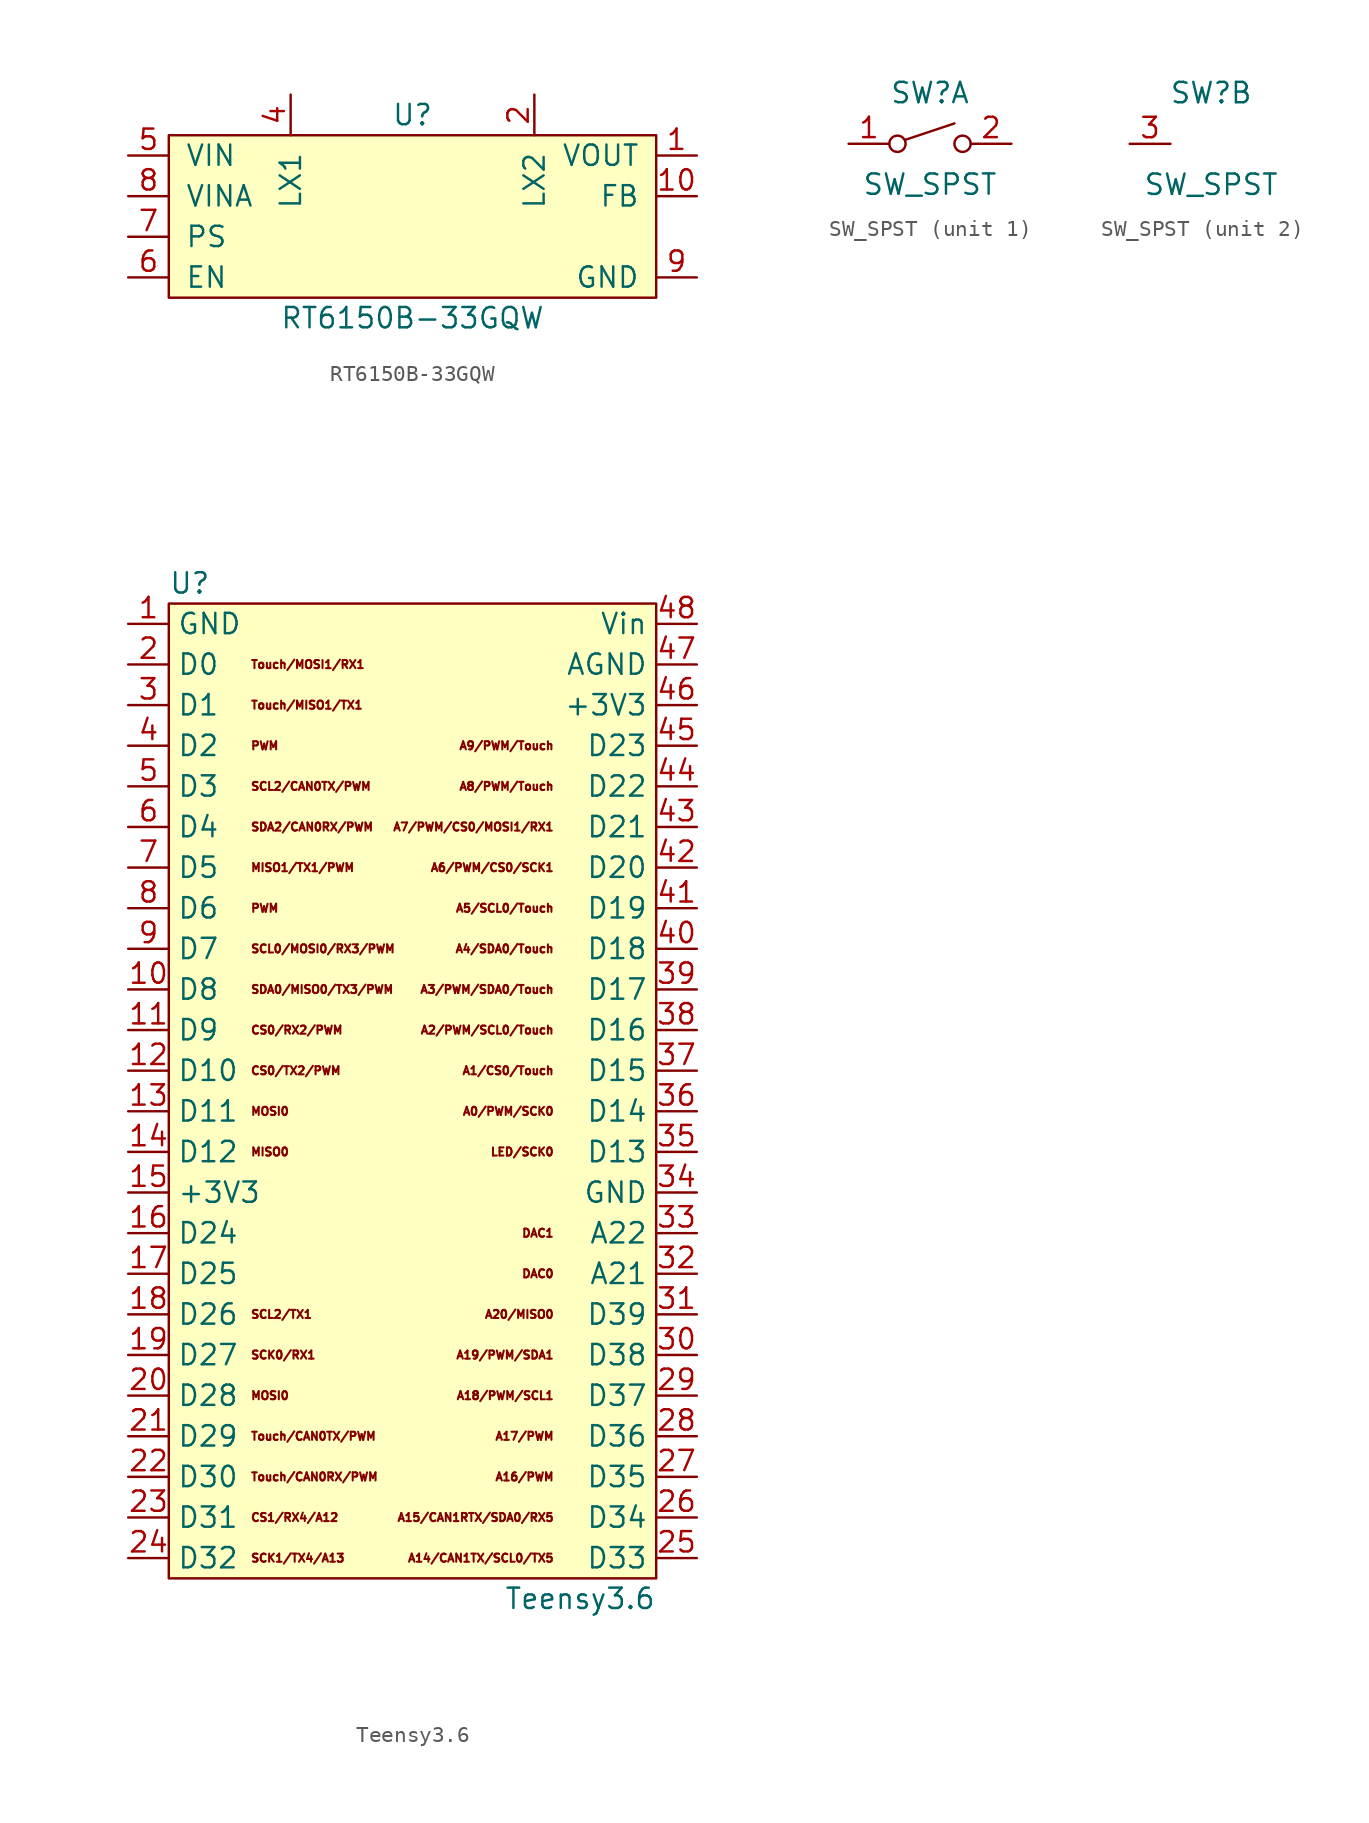
<source format=kicad_sym>
(kicad_symbol_lib
  (version 20211014)
  (generator kicad_symbol_editor)
  (symbol "RT6150B-33GQW"
    (pin_names
      (offset 1.016))
    (property "Reference" "U"
      (at 0 7.62 0)
      (effects (font (size 1.27 1.27))))
    (property "Value" "RT6150B-33GQW"
      (at 0 -5.08 0)
      (effects (font (size 1.27 1.27))))
    (symbol "RT6150B-33GQW_0_1"
      (rectangle (start -15.24 6.35) (end 15.24 -3.81) (stroke (width 0) (type default) (color 0 0 0 0)) (fill (type background))))
    (symbol "RT6150B-33GQW_1_1"
      (pin power_out line (at 17.78 5.08 180) (length 2.54) (name "VOUT" (effects (font (size 1.27 1.27)))) (number "1" (effects (font (size 1.27 1.27)))))
      (pin input line (at 17.78 2.54 180) (length 2.54) (name "FB" (effects (font (size 1.27 1.27)))) (number "10" (effects (font (size 1.27 1.27)))))
      (pin passive line (at 17.78 -2.54 180) (length 2.54) hide (name "GND_PAD" (effects (font (size 1.27 1.27)))) (number "11" (effects (font (size 1.27 1.27)))))
      (pin passive line (at 7.62 8.89 270) (length 2.54) (name "LX2" (effects (font (size 1.27 1.27)))) (number "2" (effects (font (size 1.27 1.27)))))
      (pin passive line (at 17.78 -2.54 180) (length 2.54) hide (name "GND" (effects (font (size 1.27 1.27)))) (number "3" (effects (font (size 1.27 1.27)))))
      (pin passive line (at -7.62 8.89 270) (length 2.54) (name "LX1" (effects (font (size 1.27 1.27)))) (number "4" (effects (font (size 1.27 1.27)))))
      (pin power_in line (at -17.78 5.08 0) (length 2.54) (name "VIN" (effects (font (size 1.27 1.27)))) (number "5" (effects (font (size 1.27 1.27)))))
      (pin input line (at -17.78 -2.54 0) (length 2.54) (name "EN" (effects (font (size 1.27 1.27)))) (number "6" (effects (font (size 1.27 1.27)))))
      (pin input line (at -17.78 0 0) (length 2.54) (name "PS" (effects (font (size 1.27 1.27)))) (number "7" (effects (font (size 1.27 1.27)))))
      (pin power_in line (at -17.78 2.54 0) (length 2.54) (name "VINA" (effects (font (size 1.27 1.27)))) (number "8" (effects (font (size 1.27 1.27)))))
      (pin passive line (at 17.78 -2.54 180) (length 2.54) (name "GND" (effects (font (size 1.27 1.27)))) (number "9" (effects (font (size 1.27 1.27)))))))
  (symbol "SW_SPST"
    (pin_names
      (offset 0) hide)
    (property "Reference" "SW"
      (at 0 3.175 0)
      (effects (font (size 1.27 1.27))))
    (property "Value" "SW_SPST"
      (at 0 -2.54 0)
      (effects (font (size 1.27 1.27))))
    (property "ki_locked" ""
      (at 0 0 0)
      (effects (font (size 1.27 1.27))))
    (symbol "SW_SPST_1_0"
      (circle (center -2.032 0) (radius 0.508) (stroke (width 0) (type default) (color 0 0 0 0)) (fill (type none))))
    (symbol "SW_SPST_1_1"
      (polyline (pts (xy 1.524 1.27) (xy -1.524 0.254)) (stroke (width 0) (type default) (color 0 0 0 0)) (fill (type none)))
      (circle (center 2.032 0) (radius 0.508) (stroke (width 0) (type default) (color 0 0 0 0)) (fill (type none)))
      (pin input line (at -5.08 0 0) (length 2.54) (name "A" (effects (font (size 1.27 1.27)))) (number "1" (effects (font (size 1.27 1.27)))))
      (pin input line (at 5.08 0 180) (length 2.54) (name "B" (effects (font (size 1.27 1.27)))) (number "2" (effects (font (size 1.27 1.27))))))
    (symbol "SW_SPST_2_1"
      (pin input line (at -5.08 0 0) (length 2.54) (name "A" (effects (font (size 1.27 1.27)))) (number "3" (effects (font (size 1.27 1.27)))))))
  (symbol "Teensy3.6"
    (property "Reference" "U"
      (at -15.24 33.02 0)
      (effects (font (size 1.27 1.27)) (justify left)))
    (property "Value" "Teensy3.6"
      (at 15.24 -30.48 0)
      (effects (font (size 1.27 1.27)) (justify right)))
    (symbol "Teensy3.6_0_0"
      (rectangle (start -15.24 31.75) (end 15.24 -29.21) (stroke (width 0) (type default) (color 0 0 0 0)) (fill (type background)))
      (text "A0/PWM/SCK0" (at 8.89 0 0) (effects (font (size 0.508 0.508)) (justify right)))
      (text "A1/CS0/Touch" (at 8.89 2.54 0) (effects (font (size 0.508 0.508)) (justify right)))
      (text "A14/CAN1TX/SCL0/TX5" (at 8.89 -27.94 0) (effects (font (size 0.508 0.508)) (justify right)))
      (text "A15/CAN1RTX/SDA0/RX5" (at 8.89 -25.4 0) (effects (font (size 0.508 0.508)) (justify right)))
      (text "A16/PWM" (at 8.89 -22.86 0) (effects (font (size 0.508 0.508)) (justify right)))
      (text "A17/PWM" (at 8.89 -20.32 0) (effects (font (size 0.508 0.508)) (justify right)))
      (text "A18/PWM/SCL1" (at 8.89 -17.78 0) (effects (font (size 0.508 0.508)) (justify right)))
      (text "A19/PWM/SDA1" (at 8.89 -15.24 0) (effects (font (size 0.508 0.508)) (justify right)))
      (text "A2/PWM/SCL0/Touch" (at 8.89 5.08 0) (effects (font (size 0.508 0.508)) (justify right)))
      (text "A20/MISO0" (at 8.89 -12.7 0) (effects (font (size 0.508 0.508)) (justify right)))
      (text "A3/PWM/SDA0/Touch" (at 8.89 7.62 0) (effects (font (size 0.508 0.508)) (justify right)))
      (text "A4/SDA0/Touch" (at 8.89 10.16 0) (effects (font (size 0.508 0.508)) (justify right)))
      (text "A5/SCL0/Touch" (at 8.89 12.7 0) (effects (font (size 0.508 0.508)) (justify right)))
      (text "A6/PWM/CS0/SCK1" (at 8.89 15.24 0) (effects (font (size 0.508 0.508)) (justify right)))
      (text "A7/PWM/CS0/MOSI1/RX1" (at 3.81 17.78 0) (effects (font (size 0.508 0.508))))
      (text "A8/PWM/Touch" (at 8.89 20.32 0) (effects (font (size 0.508 0.508)) (justify right)))
      (text "A9/PWM/Touch" (at 8.89 22.86 0) (effects (font (size 0.508 0.508)) (justify right)))
      (text "CS0/RX2/PWM" (at -10.16 5.08 0) (effects (font (size 0.508 0.508)) (justify left)))
      (text "CS0/TX2/PWM" (at -10.16 2.54 0) (effects (font (size 0.508 0.508)) (justify left)))
      (text "CS1/RX4/A12" (at -10.16 -25.4 0) (effects (font (size 0.508 0.508)) (justify left)))
      (text "DAC0" (at 8.89 -10.16 0) (effects (font (size 0.508 0.508)) (justify right)))
      (text "DAC1" (at 8.89 -7.62 0) (effects (font (size 0.508 0.508)) (justify right)))
      (text "LED/SCK0" (at 8.89 -2.54 0) (effects (font (size 0.508 0.508)) (justify right)))
      (text "MISO0" (at -10.16 -2.54 0) (effects (font (size 0.508 0.508)) (justify left)))
      (text "MISO1/TX1/PWM" (at -10.16 15.24 0) (effects (font (size 0.508 0.508)) (justify left)))
      (text "MOSI0" (at -10.16 -17.78 0) (effects (font (size 0.508 0.508)) (justify left)))
      (text "MOSI0" (at -10.16 0 0) (effects (font (size 0.508 0.508)) (justify left)))
      (text "PWM" (at -10.16 12.7 0) (effects (font (size 0.508 0.508)) (justify left)))
      (text "PWM" (at -10.16 22.86 0) (effects (font (size 0.508 0.508)) (justify left)))
      (text "SCK0/RX1" (at -10.16 -15.24 0) (effects (font (size 0.508 0.508)) (justify left)))
      (text "SCK1/TX4/A13" (at -10.16 -27.94 0) (effects (font (size 0.508 0.508)) (justify left)))
      (text "SCL0/MOSI0/RX3/PWM" (at -10.16 10.16 0) (effects (font (size 0.508 0.508)) (justify left)))
      (text "SCL2/CAN0TX/PWM" (at -10.16 20.32 0) (effects (font (size 0.508 0.508)) (justify left)))
      (text "SCL2/TX1" (at -10.16 -12.7 0) (effects (font (size 0.508 0.508)) (justify left)))
      (text "SDA0/MISO0/TX3/PWM" (at -10.16 7.62 0) (effects (font (size 0.508 0.508)) (justify left)))
      (text "SDA2/CAN0RX/PWM" (at -10.16 17.78 0) (effects (font (size 0.508 0.508)) (justify left)))
      (text "Touch/CAN0RX/PWM" (at -10.16 -22.86 0) (effects (font (size 0.508 0.508)) (justify left)))
      (text "Touch/CAN0TX/PWM" (at -10.16 -20.32 0) (effects (font (size 0.508 0.508)) (justify left)))
      (text "Touch/MISO1/TX1" (at -10.16 25.4 0) (effects (font (size 0.508 0.508)) (justify left)))
      (text "Touch/MOSI1/RX1" (at -10.16 27.94 0) (effects (font (size 0.508 0.508)) (justify left))))
    (symbol "Teensy3.6_1_1"
      (pin passive line (at -17.78 30.48 0) (length 2.54) (name "GND" (effects (font (size 1.27 1.27)))) (number "1" (effects (font (size 1.27 1.27)))))
      (pin bidirectional line (at -17.78 7.62 0) (length 2.54) (name "D8" (effects (font (size 1.27 1.27)))) (number "10" (effects (font (size 1.27 1.27)))))
      (pin bidirectional line (at -17.78 5.08 0) (length 2.54) (name "D9" (effects (font (size 1.27 1.27)))) (number "11" (effects (font (size 1.27 1.27)))))
      (pin bidirectional line (at -17.78 2.54 0) (length 2.54) (name "D10" (effects (font (size 1.27 1.27)))) (number "12" (effects (font (size 1.27 1.27)))))
      (pin bidirectional line (at -17.78 0 0) (length 2.54) (name "D11" (effects (font (size 1.27 1.27)))) (number "13" (effects (font (size 1.27 1.27)))))
      (pin bidirectional line (at -17.78 -2.54 0) (length 2.54) (name "D12" (effects (font (size 1.27 1.27)))) (number "14" (effects (font (size 1.27 1.27)))))
      (pin power_out line (at -17.78 -5.08 0) (length 2.54) (name "+3V3" (effects (font (size 1.27 1.27)))) (number "15" (effects (font (size 1.27 1.27)))))
      (pin bidirectional line (at -17.78 -7.62 0) (length 2.54) (name "D24" (effects (font (size 1.27 1.27)))) (number "16" (effects (font (size 1.27 1.27)))))
      (pin bidirectional line (at -17.78 -10.16 0) (length 2.54) (name "D25" (effects (font (size 1.27 1.27)))) (number "17" (effects (font (size 1.27 1.27)))))
      (pin bidirectional line (at -17.78 -12.7 0) (length 2.54) (name "D26" (effects (font (size 1.27 1.27)))) (number "18" (effects (font (size 1.27 1.27)))))
      (pin bidirectional line (at -17.78 -15.24 0) (length 2.54) (name "D27" (effects (font (size 1.27 1.27)))) (number "19" (effects (font (size 1.27 1.27)))))
      (pin bidirectional line (at -17.78 27.94 0) (length 2.54) (name "D0" (effects (font (size 1.27 1.27)))) (number "2" (effects (font (size 1.27 1.27)))))
      (pin bidirectional line (at -17.78 -17.78 0) (length 2.54) (name "D28" (effects (font (size 1.27 1.27)))) (number "20" (effects (font (size 1.27 1.27)))))
      (pin bidirectional line (at -17.78 -20.32 0) (length 2.54) (name "D29" (effects (font (size 1.27 1.27)))) (number "21" (effects (font (size 1.27 1.27)))))
      (pin bidirectional line (at -17.78 -22.86 0) (length 2.54) (name "D30" (effects (font (size 1.27 1.27)))) (number "22" (effects (font (size 1.27 1.27)))))
      (pin bidirectional line (at -17.78 -25.4 0) (length 2.54) (name "D31" (effects (font (size 1.27 1.27)))) (number "23" (effects (font (size 1.27 1.27)))))
      (pin bidirectional line (at -17.78 -27.94 0) (length 2.54) (name "D32" (effects (font (size 1.27 1.27)))) (number "24" (effects (font (size 1.27 1.27)))))
      (pin bidirectional line (at 17.78 -27.94 180) (length 2.54) (name "D33" (effects (font (size 1.27 1.27)))) (number "25" (effects (font (size 1.27 1.27)))))
      (pin bidirectional line (at 17.78 -25.4 180) (length 2.54) (name "D34" (effects (font (size 1.27 1.27)))) (number "26" (effects (font (size 1.27 1.27)))))
      (pin bidirectional line (at 17.78 -22.86 180) (length 2.54) (name "D35" (effects (font (size 1.27 1.27)))) (number "27" (effects (font (size 1.27 1.27)))))
      (pin bidirectional line (at 17.78 -20.32 180) (length 2.54) (name "D36" (effects (font (size 1.27 1.27)))) (number "28" (effects (font (size 1.27 1.27)))))
      (pin bidirectional line (at 17.78 -17.78 180) (length 2.54) (name "D37" (effects (font (size 1.27 1.27)))) (number "29" (effects (font (size 1.27 1.27)))))
      (pin bidirectional line (at -17.78 25.4 0) (length 2.54) (name "D1" (effects (font (size 1.27 1.27)))) (number "3" (effects (font (size 1.27 1.27)))))
      (pin bidirectional line (at 17.78 -15.24 180) (length 2.54) (name "D38" (effects (font (size 1.27 1.27)))) (number "30" (effects (font (size 1.27 1.27)))))
      (pin bidirectional line (at 17.78 -12.7 180) (length 2.54) (name "D39" (effects (font (size 1.27 1.27)))) (number "31" (effects (font (size 1.27 1.27)))))
      (pin bidirectional line (at 17.78 -10.16 180) (length 2.54) (name "A21" (effects (font (size 1.27 1.27)))) (number "32" (effects (font (size 1.27 1.27)))))
      (pin bidirectional line (at 17.78 -7.62 180) (length 2.54) (name "A22" (effects (font (size 1.27 1.27)))) (number "33" (effects (font (size 1.27 1.27)))))
      (pin passive line (at 17.78 -5.08 180) (length 2.54) (name "GND" (effects (font (size 1.27 1.27)))) (number "34" (effects (font (size 1.27 1.27)))))
      (pin bidirectional line (at 17.78 -2.54 180) (length 2.54) (name "D13" (effects (font (size 1.27 1.27)))) (number "35" (effects (font (size 1.27 1.27)))))
      (pin bidirectional line (at 17.78 0 180) (length 2.54) (name "D14" (effects (font (size 1.27 1.27)))) (number "36" (effects (font (size 1.27 1.27)))))
      (pin bidirectional line (at 17.78 2.54 180) (length 2.54) (name "D15" (effects (font (size 1.27 1.27)))) (number "37" (effects (font (size 1.27 1.27)))))
      (pin bidirectional line (at 17.78 5.08 180) (length 2.54) (name "D16" (effects (font (size 1.27 1.27)))) (number "38" (effects (font (size 1.27 1.27)))))
      (pin bidirectional line (at 17.78 7.62 180) (length 2.54) (name "D17" (effects (font (size 1.27 1.27)))) (number "39" (effects (font (size 1.27 1.27)))))
      (pin bidirectional line (at -17.78 22.86 0) (length 2.54) (name "D2" (effects (font (size 1.27 1.27)))) (number "4" (effects (font (size 1.27 1.27)))))
      (pin bidirectional line (at 17.78 10.16 180) (length 2.54) (name "D18" (effects (font (size 1.27 1.27)))) (number "40" (effects (font (size 1.27 1.27)))))
      (pin bidirectional line (at 17.78 12.7 180) (length 2.54) (name "D19" (effects (font (size 1.27 1.27)))) (number "41" (effects (font (size 1.27 1.27)))))
      (pin bidirectional line (at 17.78 15.24 180) (length 2.54) (name "D20" (effects (font (size 1.27 1.27)))) (number "42" (effects (font (size 1.27 1.27)))))
      (pin bidirectional line (at 17.78 17.78 180) (length 2.54) (name "D21" (effects (font (size 1.27 1.27)))) (number "43" (effects (font (size 1.27 1.27)))))
      (pin bidirectional line (at 17.78 20.32 180) (length 2.54) (name "D22" (effects (font (size 1.27 1.27)))) (number "44" (effects (font (size 1.27 1.27)))))
      (pin bidirectional line (at 17.78 22.86 180) (length 2.54) (name "D23" (effects (font (size 1.27 1.27)))) (number "45" (effects (font (size 1.27 1.27)))))
      (pin power_out line (at 17.78 25.4 180) (length 2.54) (name "+3V3" (effects (font (size 1.27 1.27)))) (number "46" (effects (font (size 1.27 1.27)))))
      (pin passive line (at 17.78 27.94 180) (length 2.54) (name "AGND" (effects (font (size 1.27 1.27)))) (number "47" (effects (font (size 1.27 1.27)))))
      (pin bidirectional line (at 17.78 30.48 180) (length 2.54) (name "Vin" (effects (font (size 1.27 1.27)))) (number "48" (effects (font (size 1.27 1.27)))))
      (pin bidirectional line (at -17.78 20.32 0) (length 2.54) (name "D3" (effects (font (size 1.27 1.27)))) (number "5" (effects (font (size 1.27 1.27)))))
      (pin bidirectional line (at -17.78 17.78 0) (length 2.54) (name "D4" (effects (font (size 1.27 1.27)))) (number "6" (effects (font (size 1.27 1.27)))))
      (pin bidirectional line (at -17.78 15.24 0) (length 2.54) (name "D5" (effects (font (size 1.27 1.27)))) (number "7" (effects (font (size 1.27 1.27)))))
      (pin bidirectional line (at -17.78 12.7 0) (length 2.54) (name "D6" (effects (font (size 1.27 1.27)))) (number "8" (effects (font (size 1.27 1.27)))))
      (pin bidirectional line (at -17.78 10.16 0) (length 2.54) (name "D7" (effects (font (size 1.27 1.27)))) (number "9" (effects (font (size 1.27 1.27))))))))
</source>
